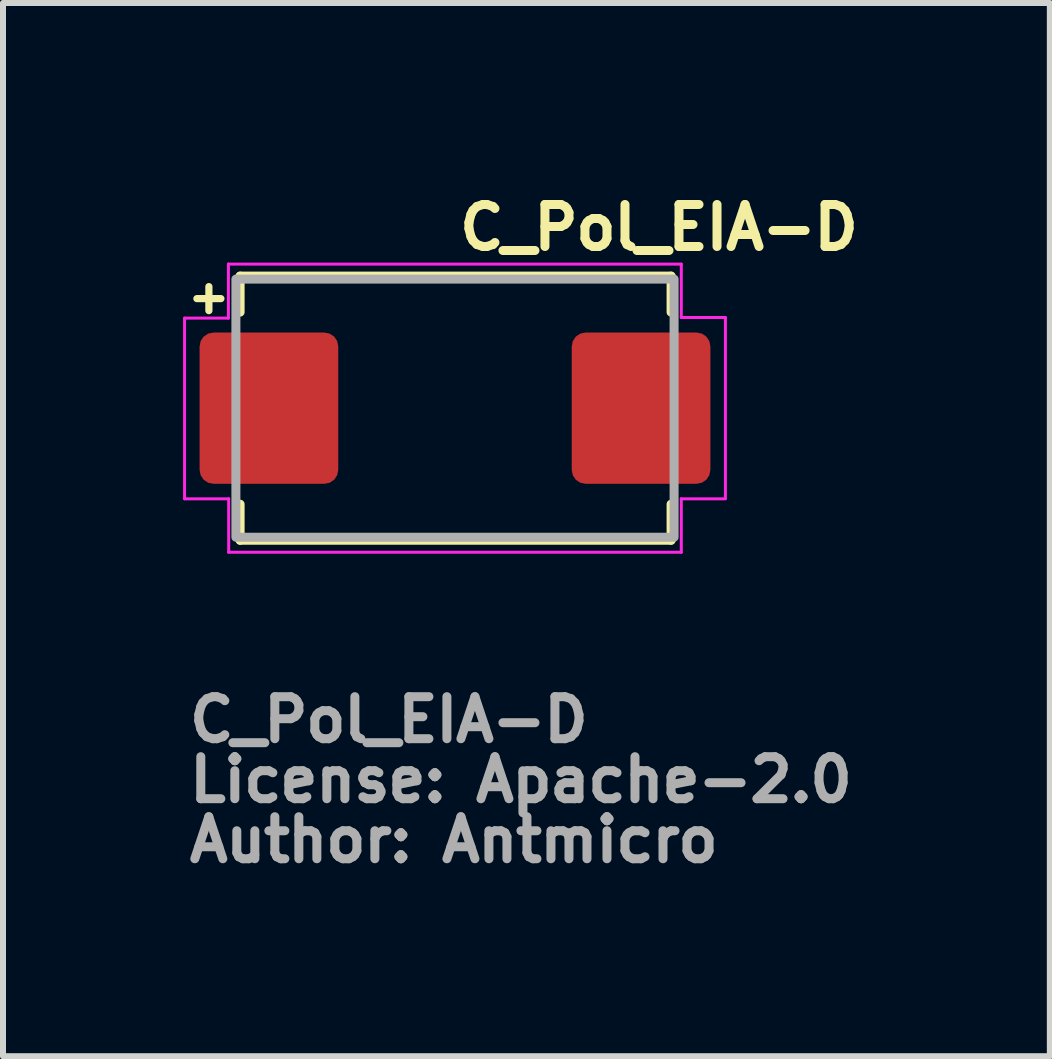
<source format=kicad_pcb>
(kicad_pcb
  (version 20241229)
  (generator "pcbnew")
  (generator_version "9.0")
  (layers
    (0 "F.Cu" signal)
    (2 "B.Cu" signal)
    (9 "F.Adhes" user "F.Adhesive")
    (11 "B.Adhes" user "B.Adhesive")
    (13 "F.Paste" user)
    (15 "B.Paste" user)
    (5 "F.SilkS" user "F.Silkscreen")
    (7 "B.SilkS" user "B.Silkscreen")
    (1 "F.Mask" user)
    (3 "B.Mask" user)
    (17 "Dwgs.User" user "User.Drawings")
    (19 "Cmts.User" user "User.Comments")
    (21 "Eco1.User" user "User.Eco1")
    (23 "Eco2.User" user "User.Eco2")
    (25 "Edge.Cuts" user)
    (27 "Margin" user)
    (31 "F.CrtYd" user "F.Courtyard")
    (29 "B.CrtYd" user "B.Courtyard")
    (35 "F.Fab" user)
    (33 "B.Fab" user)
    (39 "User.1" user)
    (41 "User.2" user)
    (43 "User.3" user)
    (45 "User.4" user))
  (footprint "C_Pol_EIA-D"
    (layer "F.Cu")
    (at 4.53 3.75)
    (property "Reference" "C_Pol_EIA-D" (at 0 -2.6 0) (layer "F.SilkS") (effects (font (size 0.7 0.7) (thickness 0.15)) (justify left bottom)))
    (attr smd)
    (fp_line (start -4.3 -1.825) (end -3.9 -1.825) (stroke (width 0.12) (type solid)) (layer "F.SilkS"))
    (fp_line (start -4.1 -2.025) (end -4.1 -1.625) (stroke (width 0.12) (type solid)) (layer "F.SilkS"))
    (fp_line (start -3.58 -2.2) (end 3.6 -2.2) (stroke (width 0.15) (type solid)) (layer "F.SilkS"))
    (fp_line (start -3.58 -1.6) (end -3.58 -2.2) (stroke (width 0.15) (type solid)) (layer "F.SilkS"))
    (fp_line (start -3.58 2.2) (end -3.58 1.6) (stroke (width 0.15) (type solid)) (layer "F.SilkS"))
    (fp_line (start 3.6 -2.2) (end 3.6 -1.6) (stroke (width 0.15) (type solid)) (layer "F.SilkS"))
    (fp_line (start 3.6 1.6) (end 3.6 2.2) (stroke (width 0.15) (type solid)) (layer "F.SilkS"))
    (fp_line (start 3.6 2.2) (end -3.58 2.2) (stroke (width 0.15) (type solid)) (layer "F.SilkS"))
    (fp_line (start -4.505 1.51) (end -4.505 -1.5) (stroke (width 0.05) (type solid)) (layer "F.CrtYd"))
    (fp_line (start -3.775 -2.4) (end -3.775 -1.5) (stroke (width 0.05) (type solid)) (layer "F.CrtYd"))
    (fp_line (start -3.775 -2.4) (end 3.77 -2.4) (stroke (width 0.05) (type solid)) (layer "F.CrtYd"))
    (fp_line (start -3.775 -1.5) (end -4.505 -1.5) (stroke (width 0.05) (type solid)) (layer "F.CrtYd"))
    (fp_line (start -3.77 1.51) (end -4.505 1.51) (stroke (width 0.05) (type solid)) (layer "F.CrtYd"))
    (fp_line (start -3.77 2.4) (end -3.77 1.51) (stroke (width 0.05) (type solid)) (layer "F.CrtYd"))
    (fp_line (start 3.77 -2.4) (end 3.77 -1.51) (stroke (width 0.05) (type solid)) (layer "F.CrtYd"))
    (fp_line (start 3.77 -1.51) (end 4.505 -1.51) (stroke (width 0.05) (type solid)) (layer "F.CrtYd"))
    (fp_line (start 3.77 1.51) (end 3.77 2.4) (stroke (width 0.05) (type solid)) (layer "F.CrtYd"))
    (fp_line (start 3.77 2.4) (end -3.77 2.4) (stroke (width 0.05) (type solid)) (layer "F.CrtYd"))
    (fp_line (start 4.505 -1.51) (end 4.505 1.5) (stroke (width 0.05) (type solid)) (layer "F.CrtYd"))
    (fp_line (start 4.505 1.51) (end 3.77 1.51) (stroke (width 0.05) (type solid)) (layer "F.CrtYd"))
    (fp_rect (start -3.65 -2.15) (end 3.65 2.15) (stroke (width 0.15) (type solid)) (fill no) (layer "F.Fab"))
    (fp_rect (start -3.65 -2.15) (end 3.65 2.15) (stroke (width 0.1) (type solid)) (fill no) (layer "User.5"))
    (fp_rect (start -3.65 -2.15) (end 3.65 2.15) (stroke (width 0.15) (type solid)) (fill no) (layer "User.5"))
    (fp_line (start -3.65 1.199) (end -3.65 -1.2) (stroke (width 0.02) (type solid)) (layer "User.9"))
    (fp_line (start -3.519 -2.149) (end -3.519 2.148) (stroke (width 0.02) (type solid)) (layer "User.9"))
    (fp_line (start -3.519 -1.2) (end -3.65 -1.2) (stroke (width 0.02) (type solid)) (layer "User.9"))
    (fp_line (start -3.519 1.199) (end -3.65 1.199) (stroke (width 0.02) (type solid)) (layer "User.9"))
    (fp_line (start -3.519 1.199) (end -3.519 -1.2) (stroke (width 0.02) (type solid)) (layer "User.9"))
    (fp_line (start -3.519 2.148) (end 3.519 2.148) (stroke (width 0.02) (type solid)) (layer "User.9"))
    (fp_line (start -3.333 -1.964) (end -3.519 -2.149) (stroke (width 0.02) (type solid)) (layer "User.9"))
    (fp_line (start -3.333 -1.964) (end -3.333 1.961) (stroke (width 0.02) (type solid)) (layer "User.9"))
    (fp_line (start -3.333 1.961) (end -3.519 2.148) (stroke (width 0.02) (type solid)) (layer "User.9"))
    (fp_line (start -3.333 1.961) (end 3.333 1.961) (stroke (width 0.02) (type solid)) (layer "User.9"))
    (fp_line (start -3.089 -1.8) (end -3.089 -0.14) (stroke (width 0.02) (type solid)) (layer "User.9"))
    (fp_line (start -3.089 0.14) (end -3.089 1.8) (stroke (width 0.02) (type solid)) (layer "User.9"))
    (fp_line (start -3.089 1.8) (end -2.589 1.8) (stroke (width 0.02) (type solid)) (layer "User.9"))
    (fp_line (start -2.589 -1.8) (end -3.089 -1.8) (stroke (width 0.02) (type solid)) (layer "User.9"))
    (fp_line (start -2.589 -0.14) (end -2.589 -1.8) (stroke (width 0.02) (type solid)) (layer "User.9"))
    (fp_line (start -2.589 1.8) (end -2.589 0.14) (stroke (width 0.02) (type solid)) (layer "User.9"))
    (fp_line (start 3.333 -1.964) (end -3.333 -1.964) (stroke (width 0.02) (type solid)) (layer "User.9"))
    (fp_line (start 3.333 -1.964) (end 3.519 -2.149) (stroke (width 0.02) (type solid)) (layer "User.9"))
    (fp_line (start 3.333 1.961) (end 3.333 -1.964) (stroke (width 0.02) (type solid)) (layer "User.9"))
    (fp_line (start 3.333 1.961) (end 3.519 2.148) (stroke (width 0.02) (type solid)) (layer "User.9"))
    (fp_line (start 3.519 -2.149) (end -3.519 -2.149) (stroke (width 0.02) (type solid)) (layer "User.9"))
    (fp_line (start 3.519 -1.2) (end 3.649 -1.2) (stroke (width 0.02) (type solid)) (layer "User.9"))
    (fp_line (start 3.519 1.199) (end 3.519 -1.2) (stroke (width 0.02) (type solid)) (layer "User.9"))
    (fp_line (start 3.519 1.199) (end 3.649 1.199) (stroke (width 0.02) (type solid)) (layer "User.9"))
    (fp_line (start 3.519 2.148) (end 3.519 -2.149) (stroke (width 0.02) (type solid)) (layer "User.9"))
    (fp_line (start 3.649 1.199) (end 3.649 -1.2) (stroke (width 0.02) (type solid)) (layer "User.9"))
    (fp_arc (start -3.089 -0.14) (mid -2.839 -0.234) (end -2.589 -0.14) (stroke (width 0.02) (type solid)) (layer "User.9"))
    (fp_arc (start -2.589 0.14) (mid -2.839 0.235) (end -3.089 0.14) (stroke (width 0.02) (type solid)) (layer "User.9"))
    (fp_text user "${REFERENCE}" (at -4.5 5.6 0) (layer "F.Fab") (effects (font (size 0.7 0.7) (thickness 0.15)) (justify left bottom)))
    (fp_text user "Author: Antmicro" (at -4.5 7.6 0) (layer "F.Fab") (effects (font (size 0.7 0.7) (thickness 0.15)) (justify left bottom)))
    (fp_text user "License: Apache-2.0" (at -4.5 6.6 0) (layer "F.Fab") (effects (font (size 0.7 0.7) (thickness 0.15)) (justify left bottom)))
    (pad "1" smd roundrect (at -3.1 0) (size 2.31 2.52) (layers "F.Cu" "F.Mask" "F.Paste") (roundrect_rratio 0.1))
    (pad "2" smd roundrect (at 3.1 0) (size 2.31 2.52) (layers "F.Cu" "F.Mask" "F.Paste") (roundrect_rratio 0.1)))
  (gr_rect
    (start -3 -3)
    (end 14.44 14.546)
    (stroke (width 0.1) (type default))
    (fill no)
    (layer "Edge.Cuts")))
</source>
